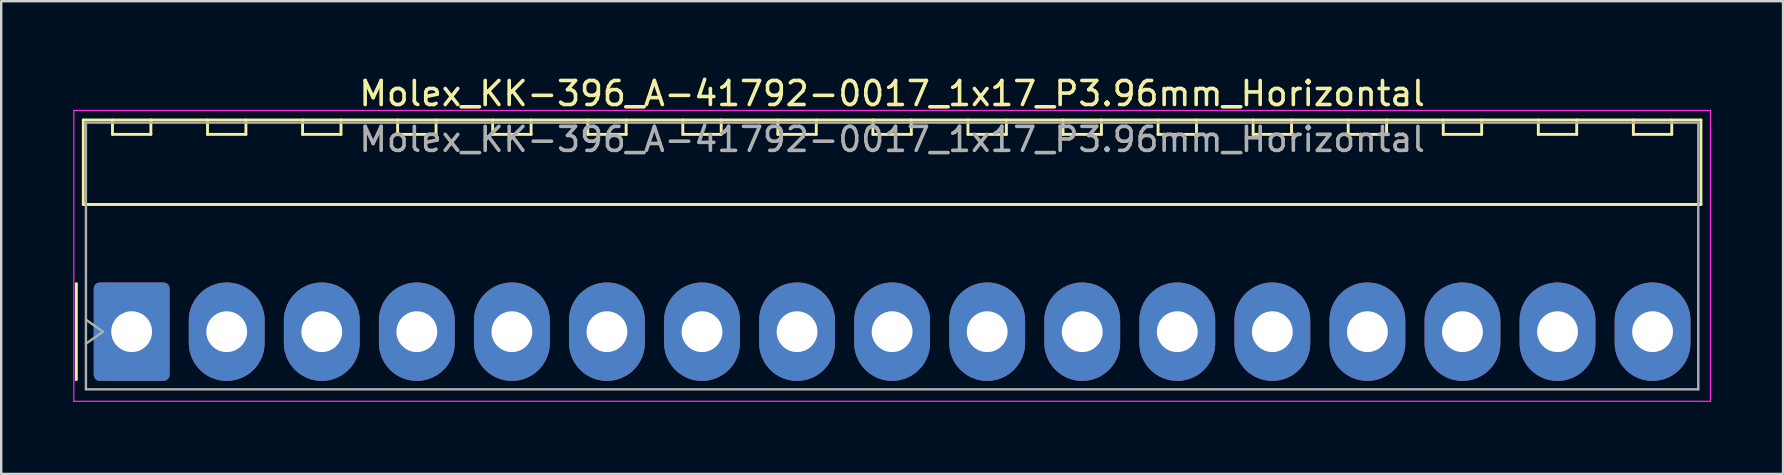
<source format=kicad_pcb>
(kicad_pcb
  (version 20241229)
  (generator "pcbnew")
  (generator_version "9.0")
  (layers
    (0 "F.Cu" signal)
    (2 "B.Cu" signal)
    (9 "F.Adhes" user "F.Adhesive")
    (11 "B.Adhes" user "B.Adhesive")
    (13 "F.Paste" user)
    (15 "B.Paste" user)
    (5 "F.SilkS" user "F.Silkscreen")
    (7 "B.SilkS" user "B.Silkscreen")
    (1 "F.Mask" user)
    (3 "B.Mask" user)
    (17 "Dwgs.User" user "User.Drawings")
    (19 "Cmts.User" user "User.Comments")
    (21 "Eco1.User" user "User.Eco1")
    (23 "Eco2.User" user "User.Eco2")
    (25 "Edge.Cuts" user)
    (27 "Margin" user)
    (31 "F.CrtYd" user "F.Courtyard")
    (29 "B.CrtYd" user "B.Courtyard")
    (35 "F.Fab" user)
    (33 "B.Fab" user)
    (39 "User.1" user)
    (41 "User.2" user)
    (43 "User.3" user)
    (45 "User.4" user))
  (footprint "Molex_KK-396_A-41792-0017_1x17_P3.96mm_Horizontal"
    (layer "F.Cu")
    (at 2.435 10.768)
    (property "Reference" "Molex_KK-396_A-41792-0017_1x17_P3.96mm_Horizontal" (at 31.68 -9.92 0) (layer "F.SilkS") (effects (font (size 1 1) (thickness 0.15))))
    (attr through_hole)
    (fp_line (start -2.305 -2) (end -2.305 2) (stroke (width 0.12) (type solid)) (layer "F.SilkS"))
    (fp_line (start -2.015 -8.82) (end 65.375 -8.82) (stroke (width 0.12) (type solid)) (layer "F.SilkS"))
    (fp_line (start -2.015 -5.3) (end -2.015 -8.82) (stroke (width 0.12) (type solid)) (layer "F.SilkS"))
    (fp_line (start -0.8 -8.82) (end -0.8 -8.22) (stroke (width 0.12) (type solid)) (layer "F.SilkS"))
    (fp_line (start -0.8 -8.22) (end 0.8 -8.22) (stroke (width 0.12) (type solid)) (layer "F.SilkS"))
    (fp_line (start 0.8 -8.22) (end 0.8 -8.82) (stroke (width 0.12) (type solid)) (layer "F.SilkS"))
    (fp_line (start 3.16 -8.82) (end 3.16 -8.22) (stroke (width 0.12) (type solid)) (layer "F.SilkS"))
    (fp_line (start 3.16 -8.22) (end 4.76 -8.22) (stroke (width 0.12) (type solid)) (layer "F.SilkS"))
    (fp_line (start 4.76 -8.22) (end 4.76 -8.82) (stroke (width 0.12) (type solid)) (layer "F.SilkS"))
    (fp_line (start 7.12 -8.82) (end 7.12 -8.22) (stroke (width 0.12) (type solid)) (layer "F.SilkS"))
    (fp_line (start 7.12 -8.22) (end 8.72 -8.22) (stroke (width 0.12) (type solid)) (layer "F.SilkS"))
    (fp_line (start 8.72 -8.22) (end 8.72 -8.82) (stroke (width 0.12) (type solid)) (layer "F.SilkS"))
    (fp_line (start 11.08 -8.82) (end 11.08 -8.22) (stroke (width 0.12) (type solid)) (layer "F.SilkS"))
    (fp_line (start 11.08 -8.22) (end 12.68 -8.22) (stroke (width 0.12) (type solid)) (layer "F.SilkS"))
    (fp_line (start 12.68 -8.22) (end 12.68 -8.82) (stroke (width 0.12) (type solid)) (layer "F.SilkS"))
    (fp_line (start 15.04 -8.82) (end 15.04 -8.22) (stroke (width 0.12) (type solid)) (layer "F.SilkS"))
    (fp_line (start 15.04 -8.22) (end 16.64 -8.22) (stroke (width 0.12) (type solid)) (layer "F.SilkS"))
    (fp_line (start 16.64 -8.22) (end 16.64 -8.82) (stroke (width 0.12) (type solid)) (layer "F.SilkS"))
    (fp_line (start 19 -8.82) (end 19 -8.22) (stroke (width 0.12) (type solid)) (layer "F.SilkS"))
    (fp_line (start 19 -8.22) (end 20.6 -8.22) (stroke (width 0.12) (type solid)) (layer "F.SilkS"))
    (fp_line (start 20.6 -8.22) (end 20.6 -8.82) (stroke (width 0.12) (type solid)) (layer "F.SilkS"))
    (fp_line (start 22.96 -8.82) (end 22.96 -8.22) (stroke (width 0.12) (type solid)) (layer "F.SilkS"))
    (fp_line (start 22.96 -8.22) (end 24.56 -8.22) (stroke (width 0.12) (type solid)) (layer "F.SilkS"))
    (fp_line (start 24.56 -8.22) (end 24.56 -8.82) (stroke (width 0.12) (type solid)) (layer "F.SilkS"))
    (fp_line (start 26.92 -8.82) (end 26.92 -8.22) (stroke (width 0.12) (type solid)) (layer "F.SilkS"))
    (fp_line (start 26.92 -8.22) (end 28.52 -8.22) (stroke (width 0.12) (type solid)) (layer "F.SilkS"))
    (fp_line (start 28.52 -8.22) (end 28.52 -8.82) (stroke (width 0.12) (type solid)) (layer "F.SilkS"))
    (fp_line (start 30.88 -8.82) (end 30.88 -8.22) (stroke (width 0.12) (type solid)) (layer "F.SilkS"))
    (fp_line (start 30.88 -8.22) (end 32.48 -8.22) (stroke (width 0.12) (type solid)) (layer "F.SilkS"))
    (fp_line (start 32.48 -8.22) (end 32.48 -8.82) (stroke (width 0.12) (type solid)) (layer "F.SilkS"))
    (fp_line (start 34.84 -8.82) (end 34.84 -8.22) (stroke (width 0.12) (type solid)) (layer "F.SilkS"))
    (fp_line (start 34.84 -8.22) (end 36.44 -8.22) (stroke (width 0.12) (type solid)) (layer "F.SilkS"))
    (fp_line (start 36.44 -8.22) (end 36.44 -8.82) (stroke (width 0.12) (type solid)) (layer "F.SilkS"))
    (fp_line (start 38.8 -8.82) (end 38.8 -8.22) (stroke (width 0.12) (type solid)) (layer "F.SilkS"))
    (fp_line (start 38.8 -8.22) (end 40.4 -8.22) (stroke (width 0.12) (type solid)) (layer "F.SilkS"))
    (fp_line (start 40.4 -8.22) (end 40.4 -8.82) (stroke (width 0.12) (type solid)) (layer "F.SilkS"))
    (fp_line (start 42.76 -8.82) (end 42.76 -8.22) (stroke (width 0.12) (type solid)) (layer "F.SilkS"))
    (fp_line (start 42.76 -8.22) (end 44.36 -8.22) (stroke (width 0.12) (type solid)) (layer "F.SilkS"))
    (fp_line (start 44.36 -8.22) (end 44.36 -8.82) (stroke (width 0.12) (type solid)) (layer "F.SilkS"))
    (fp_line (start 46.72 -8.82) (end 46.72 -8.22) (stroke (width 0.12) (type solid)) (layer "F.SilkS"))
    (fp_line (start 46.72 -8.22) (end 48.32 -8.22) (stroke (width 0.12) (type solid)) (layer "F.SilkS"))
    (fp_line (start 48.32 -8.22) (end 48.32 -8.82) (stroke (width 0.12) (type solid)) (layer "F.SilkS"))
    (fp_line (start 50.68 -8.82) (end 50.68 -8.22) (stroke (width 0.12) (type solid)) (layer "F.SilkS"))
    (fp_line (start 50.68 -8.22) (end 52.28 -8.22) (stroke (width 0.12) (type solid)) (layer "F.SilkS"))
    (fp_line (start 52.28 -8.22) (end 52.28 -8.82) (stroke (width 0.12) (type solid)) (layer "F.SilkS"))
    (fp_line (start 54.64 -8.82) (end 54.64 -8.22) (stroke (width 0.12) (type solid)) (layer "F.SilkS"))
    (fp_line (start 54.64 -8.22) (end 56.24 -8.22) (stroke (width 0.12) (type solid)) (layer "F.SilkS"))
    (fp_line (start 56.24 -8.22) (end 56.24 -8.82) (stroke (width 0.12) (type solid)) (layer "F.SilkS"))
    (fp_line (start 58.6 -8.82) (end 58.6 -8.22) (stroke (width 0.12) (type solid)) (layer "F.SilkS"))
    (fp_line (start 58.6 -8.22) (end 60.2 -8.22) (stroke (width 0.12) (type solid)) (layer "F.SilkS"))
    (fp_line (start 60.2 -8.22) (end 60.2 -8.82) (stroke (width 0.12) (type solid)) (layer "F.SilkS"))
    (fp_line (start 62.56 -8.82) (end 62.56 -8.22) (stroke (width 0.12) (type solid)) (layer "F.SilkS"))
    (fp_line (start 62.56 -8.22) (end 64.16 -8.22) (stroke (width 0.12) (type solid)) (layer "F.SilkS"))
    (fp_line (start 64.16 -8.22) (end 64.16 -8.82) (stroke (width 0.12) (type solid)) (layer "F.SilkS"))
    (fp_line (start 65.375 -8.82) (end 65.375 -5.3) (stroke (width 0.12) (type solid)) (layer "F.SilkS"))
    (fp_line (start 65.375 -5.3) (end -2.015 -5.3) (stroke (width 0.12) (type solid)) (layer "F.SilkS"))
    (fp_line (start -2.41 -9.22) (end -2.41 2.9) (stroke (width 0.05) (type solid)) (layer "F.CrtYd"))
    (fp_line (start -2.41 2.9) (end 65.77 2.9) (stroke (width 0.05) (type solid)) (layer "F.CrtYd"))
    (fp_line (start 65.77 -9.22) (end -2.41 -9.22) (stroke (width 0.05) (type solid)) (layer "F.CrtYd"))
    (fp_line (start 65.77 2.9) (end 65.77 -9.22) (stroke (width 0.05) (type solid)) (layer "F.CrtYd"))
    (fp_line (start -1.905 -8.71) (end 65.265 -8.71) (stroke (width 0.1) (type solid)) (layer "F.Fab"))
    (fp_line (start -1.905 -0.5) (end -1.198 0) (stroke (width 0.1) (type solid)) (layer "F.Fab"))
    (fp_line (start -1.905 2.4) (end -1.905 -8.71) (stroke (width 0.1) (type solid)) (layer "F.Fab"))
    (fp_line (start -1.198 0) (end -1.905 0.5) (stroke (width 0.1) (type solid)) (layer "F.Fab"))
    (fp_line (start 65.265 -8.71) (end 65.265 2.4) (stroke (width 0.1) (type solid)) (layer "F.Fab"))
    (fp_line (start 65.265 2.4) (end -1.905 2.4) (stroke (width 0.1) (type solid)) (layer "F.Fab"))
    (fp_text user "${REFERENCE}" (at 31.68 -8.01 0) (layer "F.Fab") (effects (font (size 1 1) (thickness 0.15))))
    (pad "1" thru_hole roundrect (at 0 0) (size 3.16 4.1) (drill 1.7) (layers "*.Cu" "*.Mask") (roundrect_rratio 0.079))
    (pad "2" thru_hole oval (at 3.96 0) (size 3.16 4.1) (drill 1.7) (layers "*.Cu" "*.Mask"))
    (pad "3" thru_hole oval (at 7.92 0) (size 3.16 4.1) (drill 1.7) (layers "*.Cu" "*.Mask"))
    (pad "4" thru_hole oval (at 11.88 0) (size 3.16 4.1) (drill 1.7) (layers "*.Cu" "*.Mask"))
    (pad "5" thru_hole oval (at 15.84 0) (size 3.16 4.1) (drill 1.7) (layers "*.Cu" "*.Mask"))
    (pad "6" thru_hole oval (at 19.8 0) (size 3.16 4.1) (drill 1.7) (layers "*.Cu" "*.Mask"))
    (pad "7" thru_hole oval (at 23.76 0) (size 3.16 4.1) (drill 1.7) (layers "*.Cu" "*.Mask"))
    (pad "8" thru_hole oval (at 27.72 0) (size 3.16 4.1) (drill 1.7) (layers "*.Cu" "*.Mask"))
    (pad "9" thru_hole oval (at 31.68 0) (size 3.16 4.1) (drill 1.7) (layers "*.Cu" "*.Mask"))
    (pad "10" thru_hole oval (at 35.64 0) (size 3.16 4.1) (drill 1.7) (layers "*.Cu" "*.Mask"))
    (pad "11" thru_hole oval (at 39.6 0) (size 3.16 4.1) (drill 1.7) (layers "*.Cu" "*.Mask"))
    (pad "12" thru_hole oval (at 43.56 0) (size 3.16 4.1) (drill 1.7) (layers "*.Cu" "*.Mask"))
    (pad "13" thru_hole oval (at 47.52 0) (size 3.16 4.1) (drill 1.7) (layers "*.Cu" "*.Mask"))
    (pad "14" thru_hole oval (at 51.48 0) (size 3.16 4.1) (drill 1.7) (layers "*.Cu" "*.Mask"))
    (pad "15" thru_hole oval (at 55.44 0) (size 3.16 4.1) (drill 1.7) (layers "*.Cu" "*.Mask"))
    (pad "16" thru_hole oval (at 59.4 0) (size 3.16 4.1) (drill 1.7) (layers "*.Cu" "*.Mask"))
    (pad "17" thru_hole oval (at 63.36 0) (size 3.16 4.1) (drill 1.7) (layers "*.Cu" "*.Mask")))
  (gr_rect
    (start -3 -3)
    (end 71.23 16.693)
    (stroke (width 0.1) (type default))
    (fill no)
    (layer "Edge.Cuts")))
</source>
